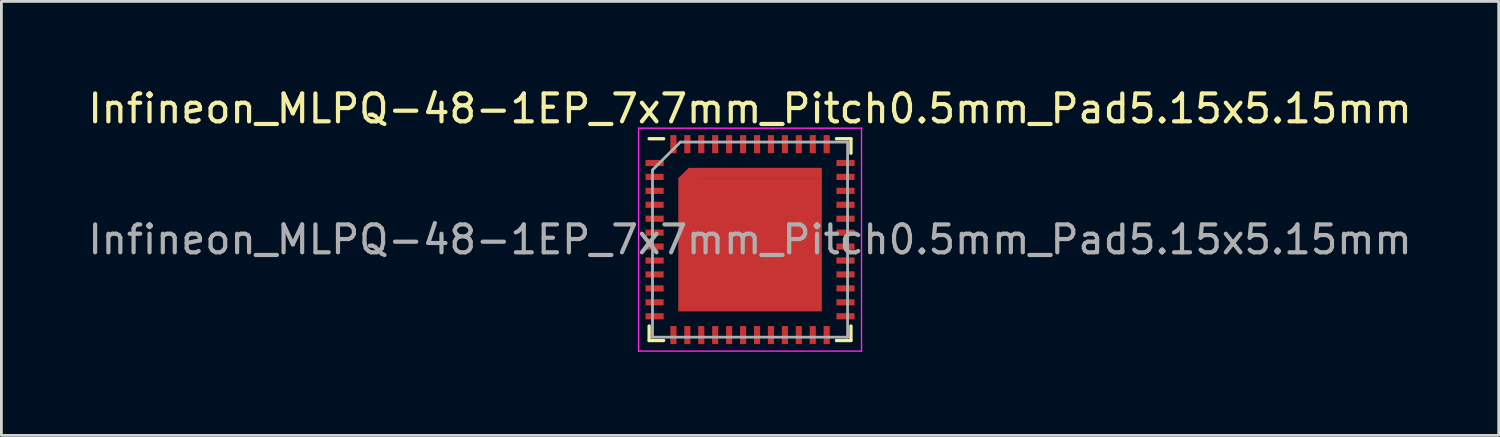
<source format=kicad_pcb>
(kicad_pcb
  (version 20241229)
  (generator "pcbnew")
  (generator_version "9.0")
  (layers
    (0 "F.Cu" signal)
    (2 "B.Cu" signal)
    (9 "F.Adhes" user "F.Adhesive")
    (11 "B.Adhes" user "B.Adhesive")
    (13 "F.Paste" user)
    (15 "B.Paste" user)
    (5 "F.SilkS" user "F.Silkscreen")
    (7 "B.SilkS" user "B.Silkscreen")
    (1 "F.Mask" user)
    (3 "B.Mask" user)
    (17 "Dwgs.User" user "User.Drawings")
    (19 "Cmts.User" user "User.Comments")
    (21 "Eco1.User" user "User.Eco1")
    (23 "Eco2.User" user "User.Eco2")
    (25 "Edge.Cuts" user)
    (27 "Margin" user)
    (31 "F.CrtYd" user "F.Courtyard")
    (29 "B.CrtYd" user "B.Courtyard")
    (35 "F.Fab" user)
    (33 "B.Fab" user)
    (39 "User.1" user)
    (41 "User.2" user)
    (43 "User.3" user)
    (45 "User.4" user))
  (footprint "Infineon_MLPQ-48-1EP_7x7mm_Pitch0.5mm_Pad5.15x5.15mm"
    (layer "F.Cu")
    (at 23.863 5.548)
    (property "Reference" "Infineon_MLPQ-48-1EP_7x7mm_Pitch0.5mm_Pad5.15x5.15mm" (at 0 -4.7 0) (layer "F.SilkS") (effects (font (size 1 1) (thickness 0.15))))
    (attr smd)
    (fp_line (start -3.62 -3.62) (end -3.1 -3.62) (stroke (width 0.12) (type solid)) (layer "F.SilkS"))
    (fp_line (start -3.62 3.62) (end -3.62 3.1) (stroke (width 0.12) (type solid)) (layer "F.SilkS"))
    (fp_line (start -3.1 3.62) (end -3.62 3.62) (stroke (width 0.12) (type solid)) (layer "F.SilkS"))
    (fp_line (start 3.1 -3.62) (end 3.62 -3.62) (stroke (width 0.12) (type solid)) (layer "F.SilkS"))
    (fp_line (start 3.1 3.62) (end 3.62 3.62) (stroke (width 0.12) (type solid)) (layer "F.SilkS"))
    (fp_line (start 3.62 -3.1) (end 3.62 -3.62) (stroke (width 0.12) (type solid)) (layer "F.SilkS"))
    (fp_line (start 3.62 3.62) (end 3.62 3.1) (stroke (width 0.12) (type solid)) (layer "F.SilkS"))
    (fp_line (start -4 -4) (end -4 4) (stroke (width 0.05) (type solid)) (layer "F.CrtYd"))
    (fp_line (start -4 4) (end 4 4) (stroke (width 0.05) (type solid)) (layer "F.CrtYd"))
    (fp_line (start 4 -4) (end -4 -4) (stroke (width 0.05) (type solid)) (layer "F.CrtYd"))
    (fp_line (start 4 4) (end 4 -4) (stroke (width 0.05) (type solid)) (layer "F.CrtYd"))
    (fp_line (start -3.5 3.5) (end -3.5 -2.5) (stroke (width 0.1) (type solid)) (layer "F.Fab"))
    (fp_line (start -2.5 -3.5) (end -3.5 -2.5) (stroke (width 0.1) (type solid)) (layer "F.Fab"))
    (fp_line (start 3.5 -3.5) (end -2.5 -3.5) (stroke (width 0.1) (type solid)) (layer "F.Fab"))
    (fp_line (start 3.5 -3.5) (end 3.5 3.5) (stroke (width 0.1) (type solid)) (layer "F.Fab"))
    (fp_line (start 3.5 3.5) (end -3.5 3.5) (stroke (width 0.1) (type solid)) (layer "F.Fab"))
    (fp_text user "${REFERENCE}" (at 0 0 0) (layer "F.Fab") (effects (font (size 1 1) (thickness 0.15))))
    (pad "" smd rect (at -3.425 -2.75) (size 0.55 0.22) (layers "F.Paste"))
    (pad "" smd rect (at -3.425 -2.25) (size 0.55 0.22) (layers "F.Paste"))
    (pad "" smd rect (at -3.425 -1.75) (size 0.55 0.22) (layers "F.Paste"))
    (pad "" smd rect (at -3.425 -1.25) (size 0.55 0.22) (layers "F.Paste"))
    (pad "" smd rect (at -3.425 -0.75) (size 0.55 0.22) (layers "F.Paste"))
    (pad "" smd rect (at -3.425 -0.25) (size 0.55 0.22) (layers "F.Paste"))
    (pad "" smd rect (at -3.425 0.25) (size 0.55 0.22) (layers "F.Paste"))
    (pad "" smd rect (at -3.425 0.75) (size 0.55 0.22) (layers "F.Paste"))
    (pad "" smd rect (at -3.425 1.25) (size 0.55 0.22) (layers "F.Paste"))
    (pad "" smd rect (at -3.425 1.75) (size 0.55 0.22) (layers "F.Paste"))
    (pad "" smd rect (at -3.425 2.25) (size 0.55 0.22) (layers "F.Paste"))
    (pad "" smd rect (at -3.425 2.75) (size 0.55 0.22) (layers "F.Paste"))
    (pad "" smd rect (at -2.75 -3.425) (size 0.22 0.55) (layers "F.Paste"))
    (pad "" smd rect (at -2.75 3.425) (size 0.22 0.55) (layers "F.Paste"))
    (pad "" smd rect (at -2.25 -3.425) (size 0.22 0.55) (layers "F.Paste"))
    (pad "" smd rect (at -2.25 3.425) (size 0.22 0.55) (layers "F.Paste"))
    (pad "" smd rect (at -2.186 -2.186 45) (size 0.479 0.479) (layers "F.Paste"))
    (pad "" smd rect (at -2.025 -1.855) (size 1 0.661) (layers "F.Paste"))
    (pad "" smd rect (at -2.025 -0.675) (size 1 1) (layers "F.Paste"))
    (pad "" smd rect (at -2.025 0.675) (size 1 1) (layers "F.Paste"))
    (pad "" smd rect (at -2.025 2.025) (size 1 1) (layers "F.Paste"))
    (pad "" smd rect (at -1.855 -2.356) (size 0.661 0.339) (layers "F.Paste"))
    (pad "" smd rect (at -1.75 -3.425) (size 0.22 0.55) (layers "F.Paste"))
    (pad "" smd rect (at -1.75 3.425) (size 0.22 0.55) (layers "F.Paste"))
    (pad "" smd rect (at -1.25 -3.425) (size 0.22 0.55) (layers "F.Paste"))
    (pad "" smd rect (at -1.25 3.425) (size 0.22 0.55) (layers "F.Paste"))
    (pad "" smd rect (at -0.75 -3.425) (size 0.22 0.55) (layers "F.Paste"))
    (pad "" smd rect (at -0.75 3.425) (size 0.22 0.55) (layers "F.Paste"))
    (pad "" smd rect (at -0.675 -2.025) (size 1 1) (layers "F.Paste"))
    (pad "" smd rect (at -0.675 -0.675) (size 1 1) (layers "F.Paste"))
    (pad "" smd rect (at -0.675 0.675) (size 1 1) (layers "F.Paste"))
    (pad "" smd rect (at -0.675 2.025) (size 1 1) (layers "F.Paste"))
    (pad "" smd rect (at -0.25 -3.425) (size 0.22 0.55) (layers "F.Paste"))
    (pad "" smd rect (at -0.25 3.425) (size 0.22 0.55) (layers "F.Paste"))
    (pad "" smd rect (at 0.25 -3.425) (size 0.22 0.55) (layers "F.Paste"))
    (pad "" smd rect (at 0.25 3.425) (size 0.22 0.55) (layers "F.Paste"))
    (pad "" smd rect (at 0.675 -2.025) (size 1 1) (layers "F.Paste"))
    (pad "" smd rect (at 0.675 -0.675) (size 1 1) (layers "F.Paste"))
    (pad "" smd rect (at 0.675 0.675) (size 1 1) (layers "F.Paste"))
    (pad "" smd rect (at 0.675 2.025) (size 1 1) (layers "F.Paste"))
    (pad "" smd rect (at 0.75 -3.425) (size 0.22 0.55) (layers "F.Paste"))
    (pad "" smd rect (at 0.75 3.425) (size 0.22 0.55) (layers "F.Paste"))
    (pad "" smd rect (at 1.25 -3.425) (size 0.22 0.55) (layers "F.Paste"))
    (pad "" smd rect (at 1.25 3.425) (size 0.22 0.55) (layers "F.Paste"))
    (pad "" smd rect (at 1.75 -3.425) (size 0.22 0.55) (layers "F.Paste"))
    (pad "" smd rect (at 1.75 3.425) (size 0.22 0.55) (layers "F.Paste"))
    (pad "" smd rect (at 2.025 -2.025) (size 1 1) (layers "F.Paste"))
    (pad "" smd rect (at 2.025 -0.675) (size 1 1) (layers "F.Paste"))
    (pad "" smd rect (at 2.025 0.675) (size 1 1) (layers "F.Paste"))
    (pad "" smd rect (at 2.025 2.025) (size 1 1) (layers "F.Paste"))
    (pad "" smd rect (at 2.25 -3.425) (size 0.22 0.55) (layers "F.Paste"))
    (pad "" smd rect (at 2.25 3.425) (size 0.22 0.55) (layers "F.Paste"))
    (pad "" smd rect (at 2.75 -3.425) (size 0.22 0.55) (layers "F.Paste"))
    (pad "" smd rect (at 2.75 3.425) (size 0.22 0.55) (layers "F.Paste"))
    (pad "" smd rect (at 3.425 -2.75) (size 0.55 0.22) (layers "F.Paste"))
    (pad "" smd rect (at 3.425 -2.25) (size 0.55 0.22) (layers "F.Paste"))
    (pad "" smd rect (at 3.425 -1.75) (size 0.55 0.22) (layers "F.Paste"))
    (pad "" smd rect (at 3.425 -1.25) (size 0.55 0.22) (layers "F.Paste"))
    (pad "" smd rect (at 3.425 -0.75) (size 0.55 0.22) (layers "F.Paste"))
    (pad "" smd rect (at 3.425 -0.25) (size 0.55 0.22) (layers "F.Paste"))
    (pad "" smd rect (at 3.425 0.25) (size 0.55 0.22) (layers "F.Paste"))
    (pad "" smd rect (at 3.425 0.75) (size 0.55 0.22) (layers "F.Paste"))
    (pad "" smd rect (at 3.425 1.25) (size 0.55 0.22) (layers "F.Paste"))
    (pad "" smd rect (at 3.425 1.75) (size 0.55 0.22) (layers "F.Paste"))
    (pad "" smd rect (at 3.425 2.25) (size 0.55 0.22) (layers "F.Paste"))
    (pad "" smd rect (at 3.425 2.75) (size 0.55 0.22) (layers "F.Paste"))
    (pad "1" smd rect (at -3.425 -2.75) (size 0.65 0.22) (layers "F.Cu" "F.Mask"))
    (pad "2" smd rect (at -3.425 -2.25) (size 0.65 0.22) (layers "F.Cu" "F.Mask"))
    (pad "3" smd rect (at -3.425 -1.75) (size 0.65 0.22) (layers "F.Cu" "F.Mask"))
    (pad "4" smd rect (at -3.425 -1.25) (size 0.65 0.22) (layers "F.Cu" "F.Mask"))
    (pad "5" smd rect (at -3.425 -0.75) (size 0.65 0.22) (layers "F.Cu" "F.Mask"))
    (pad "6" smd rect (at -3.425 -0.25) (size 0.65 0.22) (layers "F.Cu" "F.Mask"))
    (pad "7" smd rect (at -3.425 0.25) (size 0.65 0.22) (layers "F.Cu" "F.Mask"))
    (pad "8" smd rect (at -3.425 0.75) (size 0.65 0.22) (layers "F.Cu" "F.Mask"))
    (pad "9" smd rect (at -3.425 1.25) (size 0.65 0.22) (layers "F.Cu" "F.Mask"))
    (pad "10" smd rect (at -3.425 1.75) (size 0.65 0.22) (layers "F.Cu" "F.Mask"))
    (pad "11" smd rect (at -3.425 2.25) (size 0.65 0.22) (layers "F.Cu" "F.Mask"))
    (pad "12" smd rect (at -3.425 2.75) (size 0.65 0.22) (layers "F.Cu" "F.Mask"))
    (pad "13" smd rect (at -2.75 3.425) (size 0.22 0.65) (layers "F.Cu" "F.Mask"))
    (pad "14" smd rect (at -2.25 3.425) (size 0.22 0.65) (layers "F.Cu" "F.Mask"))
    (pad "15" smd rect (at -1.75 3.425) (size 0.22 0.65) (layers "F.Cu" "F.Mask"))
    (pad "16" smd rect (at -1.25 3.425) (size 0.22 0.65) (layers "F.Cu" "F.Mask"))
    (pad "17" smd rect (at -0.75 3.425) (size 0.22 0.65) (layers "F.Cu" "F.Mask"))
    (pad "18" smd rect (at -0.25 3.425) (size 0.22 0.65) (layers "F.Cu" "F.Mask"))
    (pad "19" smd rect (at 0.25 3.425) (size 0.22 0.65) (layers "F.Cu" "F.Mask"))
    (pad "20" smd rect (at 0.75 3.425) (size 0.22 0.65) (layers "F.Cu" "F.Mask"))
    (pad "21" smd rect (at 1.25 3.425) (size 0.22 0.65) (layers "F.Cu" "F.Mask"))
    (pad "22" smd rect (at 1.75 3.425) (size 0.22 0.65) (layers "F.Cu" "F.Mask"))
    (pad "23" smd rect (at 2.25 3.425) (size 0.22 0.65) (layers "F.Cu" "F.Mask"))
    (pad "24" smd rect (at 2.75 3.425) (size 0.22 0.65) (layers "F.Cu" "F.Mask"))
    (pad "25" smd rect (at 3.425 2.75) (size 0.65 0.22) (layers "F.Cu" "F.Mask"))
    (pad "26" smd rect (at 3.425 2.25) (size 0.65 0.22) (layers "F.Cu" "F.Mask"))
    (pad "27" smd rect (at 3.425 1.75) (size 0.65 0.22) (layers "F.Cu" "F.Mask"))
    (pad "28" smd rect (at 3.425 1.25) (size 0.65 0.22) (layers "F.Cu" "F.Mask"))
    (pad "29" smd rect (at 3.425 0.75) (size 0.65 0.22) (layers "F.Cu" "F.Mask"))
    (pad "30" smd rect (at 3.425 0.25) (size 0.65 0.22) (layers "F.Cu" "F.Mask"))
    (pad "31" smd rect (at 3.425 -0.25) (size 0.65 0.22) (layers "F.Cu" "F.Mask"))
    (pad "32" smd rect (at 3.425 -0.75) (size 0.65 0.22) (layers "F.Cu" "F.Mask"))
    (pad "33" smd rect (at 3.425 -1.25) (size 0.65 0.22) (layers "F.Cu" "F.Mask"))
    (pad "34" smd rect (at 3.425 -1.75) (size 0.65 0.22) (layers "F.Cu" "F.Mask"))
    (pad "35" smd rect (at 3.425 -2.25) (size 0.65 0.22) (layers "F.Cu" "F.Mask"))
    (pad "36" smd rect (at 3.425 -2.75) (size 0.65 0.22) (layers "F.Cu" "F.Mask"))
    (pad "37" smd rect (at 2.75 -3.425) (size 0.22 0.65) (layers "F.Cu" "F.Mask"))
    (pad "38" smd rect (at 2.25 -3.425) (size 0.22 0.65) (layers "F.Cu" "F.Mask"))
    (pad "39" smd rect (at 1.75 -3.425) (size 0.22 0.65) (layers "F.Cu" "F.Mask"))
    (pad "40" smd rect (at 1.25 -3.425) (size 0.22 0.65) (layers "F.Cu" "F.Mask"))
    (pad "41" smd rect (at 0.75 -3.425) (size 0.22 0.65) (layers "F.Cu" "F.Mask"))
    (pad "42" smd rect (at 0.25 -3.425) (size 0.22 0.65) (layers "F.Cu" "F.Mask"))
    (pad "43" smd rect (at -0.25 -3.425) (size 0.22 0.65) (layers "F.Cu" "F.Mask"))
    (pad "44" smd rect (at -0.75 -3.425) (size 0.22 0.65) (layers "F.Cu" "F.Mask"))
    (pad "45" smd rect (at -1.25 -3.425) (size 0.22 0.65) (layers "F.Cu" "F.Mask"))
    (pad "46" smd rect (at -1.75 -3.425) (size 0.22 0.65) (layers "F.Cu" "F.Mask"))
    (pad "47" smd rect (at -2.25 -3.425) (size 0.22 0.65) (layers "F.Cu" "F.Mask"))
    (pad "48" smd rect (at -2.75 -3.425) (size 0.22 0.65) (layers "F.Cu" "F.Mask"))
    (pad "49" smd rect (at -2.207 -2.207 45) (size 0.52 0.52) (layers "F.Cu" "F.Mask"))
    (pad "49" smd rect (at 0 0.184) (size 5.15 4.782) (layers "F.Cu" "F.Mask"))
    (pad "49" smd rect (at 0.184 -2.391) (size 4.782 0.368) (layers "F.Cu" "F.Mask")))
  (gr_rect
    (start -3 -3)
    (end 50.726 12.573)
    (stroke (width 0.1) (type default))
    (fill no)
    (layer "Edge.Cuts")))
</source>
